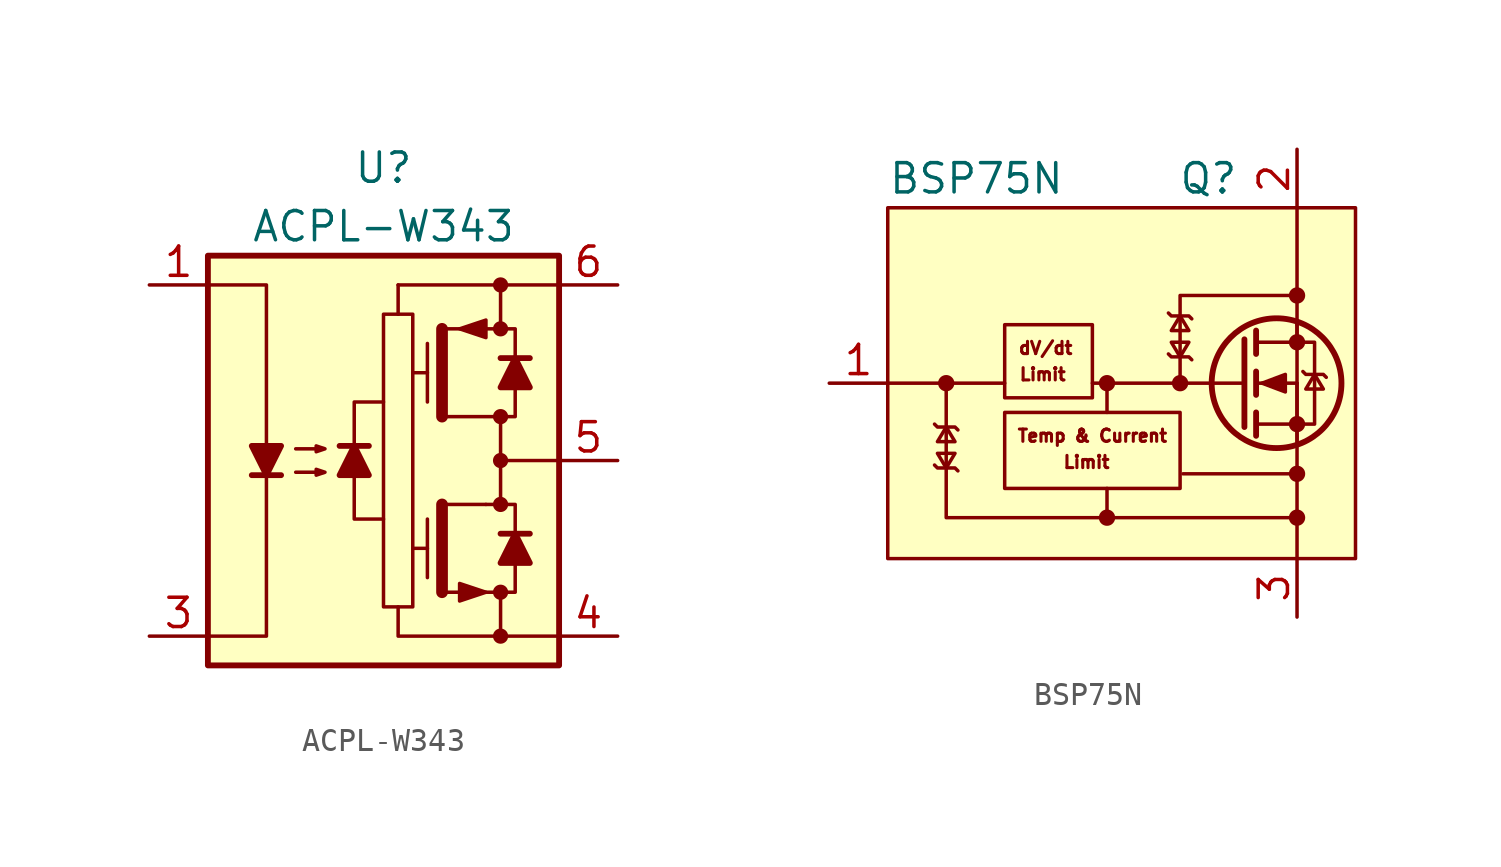
<source format=kicad_sym>
(kicad_symbol_lib
  (version 20201005)
  (generator kicad_symbol_editor)
  (symbol "ACPL-W343"
    (pin_names hide)
    (property "Reference" "U"
      (at 0 12.7 0)
      (effects (font (size 1.27 1.27))))
    (property "Value" "ACPL-W343"
      (at 0 10.16 0)
      (effects (font (size 1.27 1.27))))
    (symbol "ACPL-W343_0_1"
      (circle (center 5.08 -7.62) (radius 0.254) (stroke (width 0)) (fill (type outline)))
      (circle (center 5.08 -5.715) (radius 0.254) (stroke (width 0)) (fill (type outline)))
      (circle (center 5.08 -1.905) (radius 0.254) (stroke (width 0)) (fill (type outline)))
      (circle (center 5.08 0) (radius 0.254) (stroke (width 0)) (fill (type outline)))
      (circle (center 5.08 1.905) (radius 0.254) (stroke (width 0)) (fill (type outline)))
      (circle (center 5.08 5.715) (radius 0.254) (stroke (width 0)) (fill (type outline)))
      (circle (center 5.08 7.62) (radius 0.254) (stroke (width 0)) (fill (type outline)))
      (rectangle (start 0.635 6.35) (end 0.635 6.35) (stroke (width 0)) (fill (type none)))
      (rectangle (start 0.635 6.35) (end 0.635 7.62) (stroke (width 0)) (fill (type none)))
      (rectangle (start -7.62 8.89) (end 7.62 -8.89) (stroke (width 0.254)) (fill (type background)))
      (polyline (pts (xy -5.715 -0.635) (xy -4.445 -0.635)) (stroke (width 0.254)) (fill (type none)))
      (polyline (pts (xy -0.635 0.635) (xy -1.905 0.635)) (stroke (width 0.254)) (fill (type none)))
      (polyline (pts (xy 1.27 -3.81) (xy 1.905 -3.81)) (stroke (width 0)) (fill (type none)))
      (polyline (pts (xy 1.27 3.81) (xy 1.905 3.81)) (stroke (width 0)) (fill (type none)))
      (polyline (pts (xy 1.905 -5.08) (xy 1.905 -2.54)) (stroke (width 0)) (fill (type none)))
      (polyline (pts (xy 1.905 2.54) (xy 1.905 5.08)) (stroke (width 0)) (fill (type none)))
      (polyline (pts (xy 2.54 -5.715) (xy 2.54 -1.905)) (stroke (width 0.508)) (fill (type none)))
      (polyline (pts (xy 2.54 1.905) (xy 2.54 5.715)) (stroke (width 0.508)) (fill (type none)))
      (polyline (pts (xy 4.445 -1.905) (xy 2.54 -1.905)) (stroke (width 0)) (fill (type none)))
      (polyline (pts (xy 4.445 5.715) (xy 2.54 5.715)) (stroke (width 0)) (fill (type none)))
      (polyline (pts (xy 5.08 -5.715) (xy 5.08 -7.62)) (stroke (width 0)) (fill (type none)))
      (polyline (pts (xy 5.08 0) (xy 7.62 0)) (stroke (width 0)) (fill (type none)))
      (polyline (pts (xy 5.08 1.905) (xy 5.08 -1.905)) (stroke (width 0)) (fill (type none)))
      (polyline (pts (xy 5.08 7.62) (xy 5.08 5.715)) (stroke (width 0)) (fill (type none)))
      (polyline (pts (xy 6.35 -3.175) (xy 5.08 -3.175)) (stroke (width 0.254)) (fill (type none)))
      (polyline (pts (xy 6.35 4.445) (xy 5.08 4.445)) (stroke (width 0.254)) (fill (type none)))
      (polyline (pts (xy 7.62 7.62) (xy 0.635 7.62)) (stroke (width 0)) (fill (type none)))
      (polyline (pts (xy -1.27 -0.635) (xy -1.27 -2.54) (xy 0 -2.54)) (stroke (width 0)) (fill (type none)))
      (polyline (pts (xy -1.27 0.635) (xy -1.27 2.54) (xy 0 2.54)) (stroke (width 0)) (fill (type none)))
      (polyline (pts (xy 0.635 -6.35) (xy 0.635 -7.62) (xy 7.62 -7.62)) (stroke (width 0)) (fill (type none)))
      (polyline (pts (xy 4.445 -1.905) (xy 5.715 -1.905) (xy 5.715 -3.175)) (stroke (width 0)) (fill (type none)))
      (polyline (pts (xy 4.445 5.715) (xy 5.715 5.715) (xy 5.715 4.445)) (stroke (width 0)) (fill (type none)))
      (polyline (pts (xy 5.715 -4.445) (xy 5.715 -5.715) (xy 2.54 -5.715)) (stroke (width 0)) (fill (type none)))
      (polyline (pts (xy 5.715 3.175) (xy 5.715 1.905) (xy 2.54 1.905)) (stroke (width 0)) (fill (type none)))
      (polyline (pts (xy -7.62 7.62) (xy -5.08 7.62) (xy -5.08 -7.62) (xy -7.62 -7.62)) (stroke (width 0)) (fill (type none)))
      (polyline (pts (xy -3.81 -0.508) (xy -2.54 -0.508) (xy -2.921 -0.635) (xy -2.921 -0.381) (xy -2.54 -0.508)) (stroke (width 0)) (fill (type none)))
      (polyline (pts (xy -3.81 0.508) (xy -2.54 0.508) (xy -2.921 0.381) (xy -2.921 0.635) (xy -2.54 0.508)) (stroke (width 0)) (fill (type none)))
      (polyline (pts (xy 1.27 6.35) (xy 1.27 -6.35) (xy 0 -6.35) (xy 0 6.35) (xy 1.27 6.35)) (stroke (width 0)) (fill (type none)))
      (polyline (pts (xy -5.08 -0.635) (xy -5.715 0.635) (xy -4.445 0.635) (xy -5.08 -0.635)) (stroke (width 0.254)) (fill (type outline)))
      (polyline (pts (xy -1.27 0.635) (xy -0.635 -0.635) (xy -1.905 -0.635) (xy -1.27 0.635)) (stroke (width 0.254)) (fill (type outline)))
      (polyline (pts (xy 3.302 5.715) (xy 4.445 6.096) (xy 4.445 5.334) (xy 3.302 5.715)) (stroke (width 0)) (fill (type outline)))
      (polyline (pts (xy 4.445 -5.715) (xy 3.302 -5.334) (xy 3.302 -6.096) (xy 4.445 -5.715)) (stroke (width 0)) (fill (type outline)))
      (polyline (pts (xy 5.715 -3.175) (xy 6.35 -4.445) (xy 5.08 -4.445) (xy 5.715 -3.175)) (stroke (width 0.254)) (fill (type outline)))
      (polyline (pts (xy 5.715 4.445) (xy 6.35 3.175) (xy 5.08 3.175) (xy 5.715 4.445)) (stroke (width 0.254)) (fill (type outline))))
    (symbol "ACPL-W343_1_1"
      (pin passive line (at -10.16 7.62 0) (length 2.54) (name "A" (effects (font (size 1.27 1.27)))) (number "1" (effects (font (size 1.27 1.27)))))
      (pin no_connect line (at -7.62 0 0) (length 2.54) hide (name "NC" (effects (font (size 1.27 1.27)))) (number "2" (effects (font (size 1.27 1.27)))))
      (pin passive line (at -10.16 -7.62 0) (length 2.54) (name "C" (effects (font (size 1.27 1.27)))) (number "3" (effects (font (size 1.27 1.27)))))
      (pin power_in line (at 10.16 -7.62 180) (length 2.54) (name "VEE" (effects (font (size 1.27 1.27)))) (number "4" (effects (font (size 1.27 1.27)))))
      (pin output line (at 10.16 0 180) (length 2.54) (name "VO" (effects (font (size 1.27 1.27)))) (number "5" (effects (font (size 1.27 1.27)))))
      (pin power_in line (at 10.16 7.62 180) (length 2.54) (name "VCC" (effects (font (size 1.27 1.27)))) (number "6" (effects (font (size 1.27 1.27)))))))
  (symbol "BSP75N"
    (pin_names
      (offset 0) hide)
    (property "Reference" "Q"
      (at 5.08 8.89 0)
      (effects (font (size 1.27 1.27)) (justify right)))
    (property "Value" "BSP75N"
      (at -10.16 8.89 0)
      (effects (font (size 1.27 1.27)) (justify left)))
    (symbol "BSP75N_0_0"
      (text "Limit" (at -1.524 -3.429 0) (effects (font (size 0.533 0.533))))
      (text "Temp & Current" (at -1.27 -2.286 0) (effects (font (size 0.533 0.533))))
      (rectangle (start -10.16 7.62) (end 10.16 -7.62) (stroke (width 0)) (fill (type background)))
      (polyline (pts (xy 7.62 2.54) (xy 7.62 -7.62)) (stroke (width 0)) (fill (type none)))
      (polyline (pts (xy 7.62 2.54) (xy 7.62 7.62)) (stroke (width 0)) (fill (type none)))
      (polyline (pts (xy -0.635 -1.27) (xy -0.635 -0.635) (xy -0.635 0)) (stroke (width 0)) (fill (type none)))
      (polyline (pts (xy 2.54 0) (xy 2.54 3.81) (xy 7.62 3.81)) (stroke (width 0)) (fill (type none)))
      (polyline (pts (xy 7.62 -5.842) (xy -0.635 -5.842) (xy -0.635 -4.572)) (stroke (width 0)) (fill (type none)))
      (polyline (pts (xy -0.635 -5.842) (xy -7.62 -5.842) (xy -7.62 0) (xy -5.08 0)) (stroke (width 0)) (fill (type none))))
    (symbol "BSP75N_0_1"
      (rectangle (start -5.08 -1.27) (end 2.54 -4.572) (stroke (width 0)) (fill (type none)))
      (polyline (pts (xy -7.62 0) (xy -10.16 0)) (stroke (width 0)) (fill (type none)))
      (polyline (pts (xy 7.62 -3.937) (xy 2.667 -3.937)) (stroke (width 0)) (fill (type none))))
    (symbol "BSP75N_1_1"
      (circle (center 6.731 0) (radius 2.819) (stroke (width 0.254)) (fill (type none)))
      (circle (center -7.62 0) (radius 0.279) (stroke (width 0)) (fill (type outline)))
      (circle (center -0.635 -5.842) (radius 0.279) (stroke (width 0)) (fill (type outline)))
      (circle (center -0.635 0) (radius 0.279) (stroke (width 0)) (fill (type outline)))
      (circle (center 2.54 0) (radius 0.279) (stroke (width 0)) (fill (type outline)))
      (circle (center 7.62 -5.842) (radius 0.279) (stroke (width 0)) (fill (type outline)))
      (circle (center 7.62 -3.937) (radius 0.279) (stroke (width 0)) (fill (type outline)))
      (circle (center 7.62 -1.778) (radius 0.279) (stroke (width 0)) (fill (type outline)))
      (circle (center 7.62 1.778) (radius 0.279) (stroke (width 0)) (fill (type outline)))
      (circle (center 7.62 3.81) (radius 0.279) (stroke (width 0)) (fill (type outline)))
      (text "dV/dt" (at -3.302 1.524 0) (effects (font (size 0.533 0.533))))
      (text "Limit" (at -3.429 0.381 0) (effects (font (size 0.533 0.533))))
      (rectangle (start -5.08 2.54) (end -1.27 -0.635) (stroke (width 0)) (fill (type none)))
      (polyline (pts (xy 2.54 0) (xy -1.27 0)) (stroke (width 0)) (fill (type none)))
      (polyline (pts (xy 2.54 0) (xy 5.334 0)) (stroke (width 0)) (fill (type none)))
      (polyline (pts (xy 5.842 -1.778) (xy 7.62 -1.778)) (stroke (width 0)) (fill (type none)))
      (polyline (pts (xy 5.842 -1.27) (xy 5.842 -2.286)) (stroke (width 0.254)) (fill (type none)))
      (polyline (pts (xy 5.842 0) (xy 7.62 0)) (stroke (width 0)) (fill (type none)))
      (polyline (pts (xy 5.842 0.508) (xy 5.842 -0.508)) (stroke (width 0.254)) (fill (type none)))
      (polyline (pts (xy 5.842 1.778) (xy 7.62 1.778)) (stroke (width 0)) (fill (type none)))
      (polyline (pts (xy 5.842 2.286) (xy 5.842 1.27)) (stroke (width 0.254)) (fill (type none)))
      (polyline (pts (xy 7.62 -1.778) (xy 7.62 -2.54)) (stroke (width 0)) (fill (type none)))
      (polyline (pts (xy 7.62 -1.778) (xy 7.62 0)) (stroke (width 0)) (fill (type none)))
      (polyline (pts (xy 7.62 2.54) (xy 7.62 1.778)) (stroke (width 0)) (fill (type none)))
      (polyline (pts (xy 5.334 1.905) (xy 5.334 -1.905) (xy 5.334 -1.905)) (stroke (width 0.254)) (fill (type none)))
      (polyline (pts (xy -8.128 -1.778) (xy -8.001 -1.905) (xy -7.239 -1.905) (xy -7.112 -2.032)) (stroke (width 0)) (fill (type none)))
      (polyline (pts (xy -7.62 -3.683) (xy -7.239 -3.048) (xy -8.001 -3.048) (xy -7.62 -3.683)) (stroke (width 0)) (fill (type none)))
      (polyline (pts (xy -7.62 -1.905) (xy -8.001 -2.54) (xy -7.239 -2.54) (xy -7.62 -1.905)) (stroke (width 0)) (fill (type none)))
      (polyline (pts (xy -7.112 -3.81) (xy -7.239 -3.683) (xy -8.001 -3.683) (xy -8.128 -3.556)) (stroke (width 0)) (fill (type none)))
      (polyline (pts (xy 2.032 3.048) (xy 2.159 2.921) (xy 2.921 2.921) (xy 3.048 2.794)) (stroke (width 0)) (fill (type none)))
      (polyline (pts (xy 2.54 1.143) (xy 2.921 1.778) (xy 2.159 1.778) (xy 2.54 1.143)) (stroke (width 0)) (fill (type none)))
      (polyline (pts (xy 2.54 2.921) (xy 2.159 2.286) (xy 2.921 2.286) (xy 2.54 2.921)) (stroke (width 0)) (fill (type none)))
      (polyline (pts (xy 3.048 1.016) (xy 2.921 1.143) (xy 2.159 1.143) (xy 2.032 1.27)) (stroke (width 0)) (fill (type none)))
      (polyline (pts (xy 7.62 -1.778) (xy 8.382 -1.778) (xy 8.382 1.778) (xy 7.62 1.778)) (stroke (width 0)) (fill (type none)))
      (polyline (pts (xy 7.874 0.508) (xy 8.001 0.381) (xy 8.763 0.381) (xy 8.89 0.254)) (stroke (width 0)) (fill (type none)))
      (polyline (pts (xy 8.382 0.381) (xy 8.001 -0.254) (xy 8.763 -0.254) (xy 8.382 0.381)) (stroke (width 0)) (fill (type none)))
      (polyline (pts (xy 6.096 0) (xy 7.112 0.381) (xy 7.112 -0.381) (xy 6.096 0)) (stroke (width 0)) (fill (type outline)))
      (pin input line (at -12.7 0 0) (length 2.54) (name "G" (effects (font (size 1.27 1.27)))) (number "1" (effects (font (size 1.27 1.27)))))
      (pin passive line (at 7.62 10.16 270) (length 2.54) (name "D" (effects (font (size 1.27 1.27)))) (number "2" (effects (font (size 1.27 1.27)))))
      (pin passive line (at 7.62 -10.16 90) (length 2.54) (name "S" (effects (font (size 1.27 1.27)))) (number "3" (effects (font (size 1.27 1.27)))))
      (pin passive line (at 7.62 -10.16 90) (length 2.54) hide (name "S" (effects (font (size 1.27 1.27)))) (number "4" (effects (font (size 1.27 1.27))))))))
</source>
